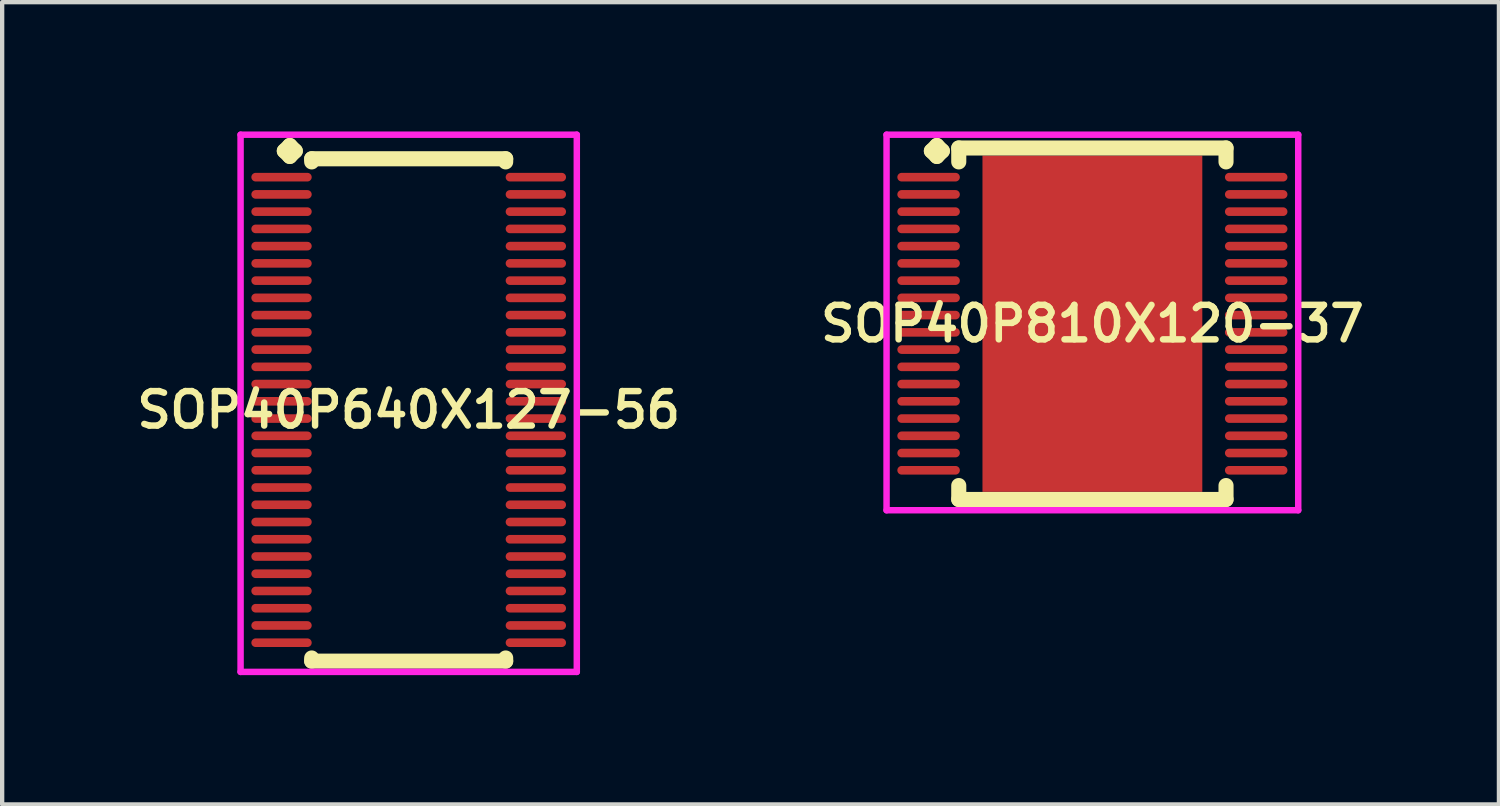
<source format=kicad_pcb>
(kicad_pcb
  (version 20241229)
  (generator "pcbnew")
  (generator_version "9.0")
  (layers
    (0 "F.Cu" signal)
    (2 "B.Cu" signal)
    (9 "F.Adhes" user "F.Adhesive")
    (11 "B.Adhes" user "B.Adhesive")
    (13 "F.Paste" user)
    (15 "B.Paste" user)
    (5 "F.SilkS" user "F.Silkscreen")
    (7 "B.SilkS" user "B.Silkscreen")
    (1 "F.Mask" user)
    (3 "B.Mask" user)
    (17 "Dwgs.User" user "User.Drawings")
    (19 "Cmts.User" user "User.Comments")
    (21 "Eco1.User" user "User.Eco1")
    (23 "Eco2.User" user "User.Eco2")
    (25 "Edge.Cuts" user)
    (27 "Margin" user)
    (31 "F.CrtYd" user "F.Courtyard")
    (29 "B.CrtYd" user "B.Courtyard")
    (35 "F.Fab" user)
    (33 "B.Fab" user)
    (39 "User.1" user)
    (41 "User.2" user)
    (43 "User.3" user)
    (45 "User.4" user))
  (footprint "SOP40P640X127-56"
    (layer "F.Cu")
    (at 6.431 6.46)
    (property "Reference" "SOP40P640X127-56" (at 0 0 0) (layer "F.SilkS") (effects (font (size 0.8 0.8) (thickness 0.15))))
    (attr smd)
    (fp_line (start -2.885 -6.008) (end -2.758 -6.135) (stroke (width 0.35) (type solid)) (layer "F.SilkS"))
    (fp_line (start -2.758 -6.135) (end -2.631 -6.008) (stroke (width 0.35) (type solid)) (layer "F.SilkS"))
    (fp_line (start -2.758 -5.881) (end -2.885 -6.008) (stroke (width 0.35) (type solid)) (layer "F.SilkS"))
    (fp_line (start -2.631 -6.008) (end -2.758 -5.881) (stroke (width 0.35) (type solid)) (layer "F.SilkS"))
    (fp_line (start -2.25 -5.827) (end 2.25 -5.827) (stroke (width 0.35) (type solid)) (layer "F.SilkS"))
    (fp_line (start -2.25 -5.754) (end -2.25 -5.827) (stroke (width 0.35) (type solid)) (layer "F.SilkS"))
    (fp_line (start -2.25 5.754) (end -2.25 5.827) (stroke (width 0.35) (type solid)) (layer "F.SilkS"))
    (fp_line (start -2.25 5.827) (end 2.25 5.827) (stroke (width 0.35) (type solid)) (layer "F.SilkS"))
    (fp_line (start 2.25 -5.827) (end 2.25 -5.754) (stroke (width 0.35) (type solid)) (layer "F.SilkS"))
    (fp_line (start 2.25 5.827) (end 2.25 5.754) (stroke (width 0.35) (type solid)) (layer "F.SilkS"))
    (fp_line (start -3.9 -6.385) (end 3.9 -6.385) (stroke (width 0.15) (type solid)) (layer "F.CrtYd"))
    (fp_line (start -3.9 6.077) (end -3.9 -6.385) (stroke (width 0.15) (type solid)) (layer "F.CrtYd"))
    (fp_line (start 3.9 -6.385) (end 3.9 6.077) (stroke (width 0.15) (type solid)) (layer "F.CrtYd"))
    (fp_line (start 3.9 6.077) (end -3.9 6.077) (stroke (width 0.15) (type solid)) (layer "F.CrtYd"))
    (pad "1" smd oval (at -2.95 -5.4) (size 1.4 0.2) (layers "F.Cu" "F.Mask" "F.Paste"))
    (pad "2" smd oval (at -2.95 -5) (size 1.4 0.2) (layers "F.Cu" "F.Mask" "F.Paste"))
    (pad "3" smd oval (at -2.95 -4.6) (size 1.4 0.2) (layers "F.Cu" "F.Mask" "F.Paste"))
    (pad "4" smd oval (at -2.95 -4.2) (size 1.4 0.2) (layers "F.Cu" "F.Mask" "F.Paste"))
    (pad "5" smd oval (at -2.95 -3.8) (size 1.4 0.2) (layers "F.Cu" "F.Mask" "F.Paste"))
    (pad "6" smd oval (at -2.95 -3.4) (size 1.4 0.2) (layers "F.Cu" "F.Mask" "F.Paste"))
    (pad "7" smd oval (at -2.95 -3) (size 1.4 0.2) (layers "F.Cu" "F.Mask" "F.Paste"))
    (pad "8" smd oval (at -2.95 -2.6) (size 1.4 0.2) (layers "F.Cu" "F.Mask" "F.Paste"))
    (pad "9" smd oval (at -2.95 -2.2) (size 1.4 0.2) (layers "F.Cu" "F.Mask" "F.Paste"))
    (pad "10" smd oval (at -2.95 -1.8) (size 1.4 0.2) (layers "F.Cu" "F.Mask" "F.Paste"))
    (pad "11" smd oval (at -2.95 -1.4) (size 1.4 0.2) (layers "F.Cu" "F.Mask" "F.Paste"))
    (pad "12" smd oval (at -2.95 -1) (size 1.4 0.2) (layers "F.Cu" "F.Mask" "F.Paste"))
    (pad "13" smd oval (at -2.95 -0.6) (size 1.4 0.2) (layers "F.Cu" "F.Mask" "F.Paste"))
    (pad "14" smd oval (at -2.95 -0.2) (size 1.4 0.2) (layers "F.Cu" "F.Mask" "F.Paste"))
    (pad "15" smd oval (at -2.95 0.2) (size 1.4 0.2) (layers "F.Cu" "F.Mask" "F.Paste"))
    (pad "16" smd oval (at -2.95 0.6) (size 1.4 0.2) (layers "F.Cu" "F.Mask" "F.Paste"))
    (pad "17" smd oval (at -2.95 1) (size 1.4 0.2) (layers "F.Cu" "F.Mask" "F.Paste"))
    (pad "18" smd oval (at -2.95 1.4) (size 1.4 0.2) (layers "F.Cu" "F.Mask" "F.Paste"))
    (pad "19" smd oval (at -2.95 1.8) (size 1.4 0.2) (layers "F.Cu" "F.Mask" "F.Paste"))
    (pad "20" smd oval (at -2.95 2.2) (size 1.4 0.2) (layers "F.Cu" "F.Mask" "F.Paste"))
    (pad "21" smd oval (at -2.95 2.6) (size 1.4 0.2) (layers "F.Cu" "F.Mask" "F.Paste"))
    (pad "22" smd oval (at -2.95 3) (size 1.4 0.2) (layers "F.Cu" "F.Mask" "F.Paste"))
    (pad "23" smd oval (at -2.95 3.4) (size 1.4 0.2) (layers "F.Cu" "F.Mask" "F.Paste"))
    (pad "24" smd oval (at -2.95 3.8) (size 1.4 0.2) (layers "F.Cu" "F.Mask" "F.Paste"))
    (pad "25" smd oval (at -2.95 4.2) (size 1.4 0.2) (layers "F.Cu" "F.Mask" "F.Paste"))
    (pad "26" smd oval (at -2.95 4.6) (size 1.4 0.2) (layers "F.Cu" "F.Mask" "F.Paste"))
    (pad "27" smd oval (at -2.95 5) (size 1.4 0.2) (layers "F.Cu" "F.Mask" "F.Paste"))
    (pad "28" smd oval (at -2.95 5.4) (size 1.4 0.2) (layers "F.Cu" "F.Mask" "F.Paste"))
    (pad "29" smd oval (at 2.95 5.4) (size 1.4 0.2) (layers "F.Cu" "F.Mask" "F.Paste"))
    (pad "30" smd oval (at 2.95 5) (size 1.4 0.2) (layers "F.Cu" "F.Mask" "F.Paste"))
    (pad "31" smd oval (at 2.95 4.6) (size 1.4 0.2) (layers "F.Cu" "F.Mask" "F.Paste"))
    (pad "32" smd oval (at 2.95 4.2) (size 1.4 0.2) (layers "F.Cu" "F.Mask" "F.Paste"))
    (pad "33" smd oval (at 2.95 3.8) (size 1.4 0.2) (layers "F.Cu" "F.Mask" "F.Paste"))
    (pad "34" smd oval (at 2.95 3.4) (size 1.4 0.2) (layers "F.Cu" "F.Mask" "F.Paste"))
    (pad "35" smd oval (at 2.95 3) (size 1.4 0.2) (layers "F.Cu" "F.Mask" "F.Paste"))
    (pad "36" smd oval (at 2.95 2.6) (size 1.4 0.2) (layers "F.Cu" "F.Mask" "F.Paste"))
    (pad "37" smd oval (at 2.95 2.2) (size 1.4 0.2) (layers "F.Cu" "F.Mask" "F.Paste"))
    (pad "38" smd oval (at 2.95 1.8) (size 1.4 0.2) (layers "F.Cu" "F.Mask" "F.Paste"))
    (pad "39" smd oval (at 2.95 1.4) (size 1.4 0.2) (layers "F.Cu" "F.Mask" "F.Paste"))
    (pad "40" smd oval (at 2.95 1) (size 1.4 0.2) (layers "F.Cu" "F.Mask" "F.Paste"))
    (pad "41" smd oval (at 2.95 0.6) (size 1.4 0.2) (layers "F.Cu" "F.Mask" "F.Paste"))
    (pad "42" smd oval (at 2.95 0.2) (size 1.4 0.2) (layers "F.Cu" "F.Mask" "F.Paste"))
    (pad "43" smd oval (at 2.95 -0.2) (size 1.4 0.2) (layers "F.Cu" "F.Mask" "F.Paste"))
    (pad "44" smd oval (at 2.95 -0.6) (size 1.4 0.2) (layers "F.Cu" "F.Mask" "F.Paste"))
    (pad "45" smd oval (at 2.95 -1) (size 1.4 0.2) (layers "F.Cu" "F.Mask" "F.Paste"))
    (pad "46" smd oval (at 2.95 -1.4) (size 1.4 0.2) (layers "F.Cu" "F.Mask" "F.Paste"))
    (pad "47" smd oval (at 2.95 -1.8) (size 1.4 0.2) (layers "F.Cu" "F.Mask" "F.Paste"))
    (pad "48" smd oval (at 2.95 -2.2) (size 1.4 0.2) (layers "F.Cu" "F.Mask" "F.Paste"))
    (pad "49" smd oval (at 2.95 -2.6) (size 1.4 0.2) (layers "F.Cu" "F.Mask" "F.Paste"))
    (pad "50" smd oval (at 2.95 -3) (size 1.4 0.2) (layers "F.Cu" "F.Mask" "F.Paste"))
    (pad "51" smd oval (at 2.95 -3.4) (size 1.4 0.2) (layers "F.Cu" "F.Mask" "F.Paste"))
    (pad "52" smd oval (at 2.95 -3.8) (size 1.4 0.2) (layers "F.Cu" "F.Mask" "F.Paste"))
    (pad "53" smd oval (at 2.95 -4.2) (size 1.4 0.2) (layers "F.Cu" "F.Mask" "F.Paste"))
    (pad "54" smd oval (at 2.95 -4.6) (size 1.4 0.2) (layers "F.Cu" "F.Mask" "F.Paste"))
    (pad "55" smd oval (at 2.95 -5) (size 1.4 0.2) (layers "F.Cu" "F.Mask" "F.Paste"))
    (pad "56" smd oval (at 2.95 -5.4) (size 1.4 0.2) (layers "F.Cu" "F.Mask" "F.Paste")))
  (footprint "SOP40P810X120-37"
    (layer "F.Cu")
    (at 22.292 4.46)
    (property "Reference" "SOP40P810X120-37" (at 0 0 0) (layer "F.SilkS") (effects (font (size 0.8 0.8) (thickness 0.15))))
    (attr smd)
    (fp_line (start -3.735 -4.008) (end -3.608 -4.135) (stroke (width 0.35) (type solid)) (layer "F.SilkS"))
    (fp_line (start -3.608 -4.135) (end -3.481 -4.008) (stroke (width 0.35) (type solid)) (layer "F.SilkS"))
    (fp_line (start -3.608 -3.881) (end -3.735 -4.008) (stroke (width 0.35) (type solid)) (layer "F.SilkS"))
    (fp_line (start -3.481 -4.008) (end -3.608 -3.881) (stroke (width 0.35) (type solid)) (layer "F.SilkS"))
    (fp_line (start -3.1 -4.077) (end 3.1 -4.077) (stroke (width 0.35) (type solid)) (layer "F.SilkS"))
    (fp_line (start -3.1 -3.754) (end -3.1 -4.077) (stroke (width 0.35) (type solid)) (layer "F.SilkS"))
    (fp_line (start -3.1 3.754) (end -3.1 4.077) (stroke (width 0.35) (type solid)) (layer "F.SilkS"))
    (fp_line (start -3.1 4.077) (end 3.1 4.077) (stroke (width 0.35) (type solid)) (layer "F.SilkS"))
    (fp_line (start 3.1 -4.077) (end 3.1 -3.754) (stroke (width 0.35) (type solid)) (layer "F.SilkS"))
    (fp_line (start 3.1 4.077) (end 3.1 3.754) (stroke (width 0.35) (type solid)) (layer "F.SilkS"))
    (fp_line (start -4.775 -4.385) (end 4.775 -4.385) (stroke (width 0.15) (type solid)) (layer "F.CrtYd"))
    (fp_line (start -4.775 4.327) (end -4.775 -4.385) (stroke (width 0.15) (type solid)) (layer "F.CrtYd"))
    (fp_line (start 4.775 -4.385) (end 4.775 4.327) (stroke (width 0.15) (type solid)) (layer "F.CrtYd"))
    (fp_line (start 4.775 4.327) (end -4.775 4.327) (stroke (width 0.15) (type solid)) (layer "F.CrtYd"))
    (pad "1" smd oval (at -3.8 -3.4) (size 1.45 0.2) (layers "F.Cu" "F.Mask" "F.Paste"))
    (pad "2" smd oval (at -3.8 -3) (size 1.45 0.2) (layers "F.Cu" "F.Mask" "F.Paste"))
    (pad "3" smd oval (at -3.8 -2.6) (size 1.45 0.2) (layers "F.Cu" "F.Mask" "F.Paste"))
    (pad "4" smd oval (at -3.8 -2.2) (size 1.45 0.2) (layers "F.Cu" "F.Mask" "F.Paste"))
    (pad "5" smd oval (at -3.8 -1.8) (size 1.45 0.2) (layers "F.Cu" "F.Mask" "F.Paste"))
    (pad "6" smd oval (at -3.8 -1.4) (size 1.45 0.2) (layers "F.Cu" "F.Mask" "F.Paste"))
    (pad "7" smd oval (at -3.8 -1) (size 1.45 0.2) (layers "F.Cu" "F.Mask" "F.Paste"))
    (pad "8" smd oval (at -3.8 -0.6) (size 1.45 0.2) (layers "F.Cu" "F.Mask" "F.Paste"))
    (pad "9" smd oval (at -3.8 -0.2) (size 1.45 0.2) (layers "F.Cu" "F.Mask" "F.Paste"))
    (pad "10" smd oval (at -3.8 0.2) (size 1.45 0.2) (layers "F.Cu" "F.Mask" "F.Paste"))
    (pad "11" smd oval (at -3.8 0.6) (size 1.45 0.2) (layers "F.Cu" "F.Mask" "F.Paste"))
    (pad "12" smd oval (at -3.8 1) (size 1.45 0.2) (layers "F.Cu" "F.Mask" "F.Paste"))
    (pad "13" smd oval (at -3.8 1.4) (size 1.45 0.2) (layers "F.Cu" "F.Mask" "F.Paste"))
    (pad "14" smd oval (at -3.8 1.8) (size 1.45 0.2) (layers "F.Cu" "F.Mask" "F.Paste"))
    (pad "15" smd oval (at -3.8 2.2) (size 1.45 0.2) (layers "F.Cu" "F.Mask" "F.Paste"))
    (pad "16" smd oval (at -3.8 2.6) (size 1.45 0.2) (layers "F.Cu" "F.Mask" "F.Paste"))
    (pad "17" smd oval (at -3.8 3) (size 1.45 0.2) (layers "F.Cu" "F.Mask" "F.Paste"))
    (pad "18" smd oval (at -3.8 3.4) (size 1.45 0.2) (layers "F.Cu" "F.Mask" "F.Paste"))
    (pad "19" smd oval (at 3.8 3.4) (size 1.45 0.2) (layers "F.Cu" "F.Mask" "F.Paste"))
    (pad "20" smd oval (at 3.8 3) (size 1.45 0.2) (layers "F.Cu" "F.Mask" "F.Paste"))
    (pad "21" smd oval (at 3.8 2.6) (size 1.45 0.2) (layers "F.Cu" "F.Mask" "F.Paste"))
    (pad "22" smd oval (at 3.8 2.2) (size 1.45 0.2) (layers "F.Cu" "F.Mask" "F.Paste"))
    (pad "23" smd oval (at 3.8 1.8) (size 1.45 0.2) (layers "F.Cu" "F.Mask" "F.Paste"))
    (pad "24" smd oval (at 3.8 1.4) (size 1.45 0.2) (layers "F.Cu" "F.Mask" "F.Paste"))
    (pad "25" smd oval (at 3.8 1) (size 1.45 0.2) (layers "F.Cu" "F.Mask" "F.Paste"))
    (pad "26" smd oval (at 3.8 0.6) (size 1.45 0.2) (layers "F.Cu" "F.Mask" "F.Paste"))
    (pad "27" smd oval (at 3.8 0.2) (size 1.45 0.2) (layers "F.Cu" "F.Mask" "F.Paste"))
    (pad "28" smd oval (at 3.8 -0.2) (size 1.45 0.2) (layers "F.Cu" "F.Mask" "F.Paste"))
    (pad "29" smd oval (at 3.8 -0.6) (size 1.45 0.2) (layers "F.Cu" "F.Mask" "F.Paste"))
    (pad "30" smd oval (at 3.8 -1) (size 1.45 0.2) (layers "F.Cu" "F.Mask" "F.Paste"))
    (pad "31" smd oval (at 3.8 -1.4) (size 1.45 0.2) (layers "F.Cu" "F.Mask" "F.Paste"))
    (pad "32" smd oval (at 3.8 -1.8) (size 1.45 0.2) (layers "F.Cu" "F.Mask" "F.Paste"))
    (pad "33" smd oval (at 3.8 -2.2) (size 1.45 0.2) (layers "F.Cu" "F.Mask" "F.Paste"))
    (pad "34" smd oval (at 3.8 -2.6) (size 1.45 0.2) (layers "F.Cu" "F.Mask" "F.Paste"))
    (pad "35" smd oval (at 3.8 -3) (size 1.45 0.2) (layers "F.Cu" "F.Mask" "F.Paste"))
    (pad "36" smd oval (at 3.8 -3.4) (size 1.45 0.2) (layers "F.Cu" "F.Mask" "F.Paste"))
    (pad "37" smd rect (at 0 0) (size 5.1 7.8) (layers "F.Cu" "F.Mask" "F.Paste")))
  (gr_rect
    (start -3 -3)
    (end 31.723 15.612)
    (stroke (width 0.1) (type default))
    (fill no)
    (layer "Edge.Cuts")))
</source>
